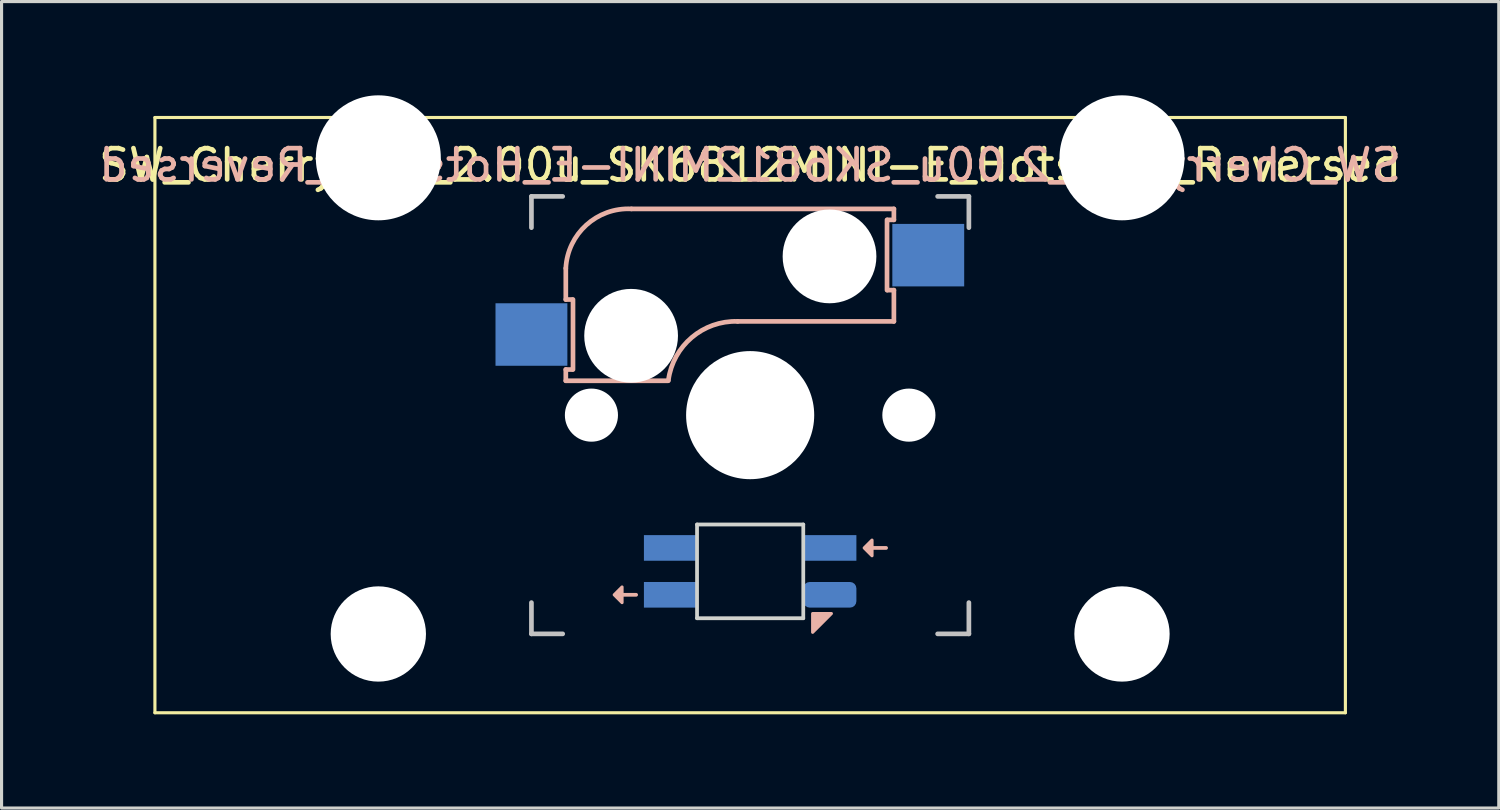
<source format=kicad_pcb>
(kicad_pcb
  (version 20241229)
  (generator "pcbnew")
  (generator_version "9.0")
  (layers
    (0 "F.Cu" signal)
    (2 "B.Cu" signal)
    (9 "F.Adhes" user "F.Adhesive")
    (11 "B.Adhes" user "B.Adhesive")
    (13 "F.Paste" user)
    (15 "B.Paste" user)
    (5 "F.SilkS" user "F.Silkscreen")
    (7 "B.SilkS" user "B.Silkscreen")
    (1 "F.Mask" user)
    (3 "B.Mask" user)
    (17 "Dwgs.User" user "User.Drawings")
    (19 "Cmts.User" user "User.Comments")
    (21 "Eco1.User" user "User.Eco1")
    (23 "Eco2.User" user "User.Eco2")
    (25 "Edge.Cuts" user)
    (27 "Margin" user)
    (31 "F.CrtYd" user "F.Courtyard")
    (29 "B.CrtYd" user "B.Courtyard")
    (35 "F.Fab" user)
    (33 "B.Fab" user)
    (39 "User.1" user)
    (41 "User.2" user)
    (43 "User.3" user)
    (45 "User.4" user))
  (footprint "SW_Cherry_MX_2.00u_SK6812MINI-E_Hotswap_Reversed"
    (layer "F.Cu")
    (at 1.908 0.711)
    (property "Reference" "SW_Cherry_MX_2.00u_SK6812MINI-E_Hotswap_Reversed" (at 19.05 1.525 0) (unlocked yes) (layer "F.SilkS") (effects (font (size 1 1) (thickness 0.15))))
    (attr smd)
    (fp_line (start 0 0) (end 38.1 0) (stroke (width 0.1) (type solid)) (layer "F.SilkS"))
    (fp_line (start 0 19.05) (end 0 0) (stroke (width 0.1) (type solid)) (layer "F.SilkS"))
    (fp_line (start 38.1 0) (end 38.1 19.05) (stroke (width 0.1) (type solid)) (layer "F.SilkS"))
    (fp_line (start 38.1 19.05) (end 0 19.05) (stroke (width 0.1) (type solid)) (layer "F.SilkS"))
    (fp_line (start 13.15 4.825) (end 13.15 5.825) (stroke (width 0.15) (type solid)) (layer "B.SilkS"))
    (fp_line (start 13.15 5.825) (end 13.35 5.825) (stroke (width 0.15) (type solid)) (layer "B.SilkS"))
    (fp_line (start 13.15 8.425) (end 13.15 8.065) (stroke (width 0.15) (type solid)) (layer "B.SilkS"))
    (fp_line (start 13.15 8.425) (end 16.43 8.425) (stroke (width 0.15) (type solid)) (layer "B.SilkS"))
    (fp_line (start 13.35 8.065) (end 13.15 8.065) (stroke (width 0.15) (type solid)) (layer "B.SilkS"))
    (fp_line (start 13.38 5.825) (end 13.38 8.065) (stroke (width 0.15) (type solid)) (layer "B.SilkS"))
    (fp_line (start 14.95 15.275) (end 15.4 15.275) (stroke (width 0.12) (type solid)) (layer "B.SilkS"))
    (fp_line (start 18.65 6.525) (end 23.65 6.525) (stroke (width 0.15) (type solid)) (layer "B.SilkS"))
    (fp_line (start 22.95 13.775) (end 23.4 13.775) (stroke (width 0.12) (type solid)) (layer "B.SilkS"))
    (fp_line (start 23.43 5.525) (end 23.43 3.275) (stroke (width 0.15) (type solid)) (layer "B.SilkS"))
    (fp_line (start 23.45 3.275) (end 23.65 3.275) (stroke (width 0.15) (type solid)) (layer "B.SilkS"))
    (fp_line (start 23.65 2.925) (end 15.25 2.925) (stroke (width 0.15) (type solid)) (layer "B.SilkS"))
    (fp_line (start 23.65 3.275) (end 23.65 2.925) (stroke (width 0.15) (type solid)) (layer "B.SilkS"))
    (fp_line (start 23.65 5.525) (end 23.45 5.525) (stroke (width 0.15) (type solid)) (layer "B.SilkS"))
    (fp_line (start 23.65 6.525) (end 23.65 5.525) (stroke (width 0.15) (type solid)) (layer "B.SilkS"))
    (fp_arc (start 13.15 4.825001) (mid 13.806496 3.440076) (end 15.249999 2.925) (stroke (width 0.15) (type solid)) (layer "B.SilkS"))
    (fp_arc (start 16.433682 8.403529) (mid 17.181291 7.038882) (end 18.65 6.525) (stroke (width 0.15) (type solid)) (layer "B.SilkS"))
    (fp_poly (pts (xy 14.95 15.025) (xy 14.7 15.275) (xy 14.95 15.525)) (stroke (width 0.1) (type solid)) (fill yes) (layer "B.SilkS"))
    (fp_poly (pts (xy 21.05 16.475) (xy 21.05 15.875) (xy 21.65 15.875)) (stroke (width 0.1) (type solid)) (fill yes) (layer "B.SilkS"))
    (fp_poly (pts (xy 22.95 13.525) (xy 22.7 13.775) (xy 22.95 14.025)) (stroke (width 0.1) (type solid)) (fill yes) (layer "B.SilkS"))
    (fp_line (start 12.05 2.525) (end 13.05 2.525) (stroke (width 0.15) (type solid)) (layer "Dwgs.User"))
    (fp_line (start 12.05 3.525) (end 12.05 2.525) (stroke (width 0.15) (type solid)) (layer "Dwgs.User"))
    (fp_line (start 12.05 15.525) (end 12.05 16.525) (stroke (width 0.15) (type solid)) (layer "Dwgs.User"))
    (fp_line (start 12.05 16.525) (end 13.05 16.525) (stroke (width 0.15) (type solid)) (layer "Dwgs.User"))
    (fp_line (start 25.05 16.525) (end 26.05 16.525) (stroke (width 0.15) (type solid)) (layer "Dwgs.User"))
    (fp_line (start 26.05 2.525) (end 25.05 2.525) (stroke (width 0.15) (type solid)) (layer "Dwgs.User"))
    (fp_line (start 26.05 2.525) (end 26.05 3.525) (stroke (width 0.15) (type solid)) (layer "Dwgs.User"))
    (fp_line (start 26.05 16.525) (end 26.05 15.525) (stroke (width 0.15) (type solid)) (layer "Dwgs.User"))
    (fp_line (start 3.55 0.475) (end 3.55 15.575) (stroke (width 0.05) (type solid)) (layer "Eco1.User"))
    (fp_line (start 10.55 0.475) (end 3.55 0.475) (stroke (width 0.05) (type solid)) (layer "Eco1.User"))
    (fp_line (start 10.55 0.475) (end 10.55 2.475) (stroke (width 0.05) (type solid)) (layer "Eco1.User"))
    (fp_line (start 12 15.575) (end 3.55 15.575) (stroke (width 0.05) (type solid)) (layer "Eco1.User"))
    (fp_line (start 12 16.575) (end 12 15.575) (stroke (width 0.05) (type solid)) (layer "Eco1.User"))
    (fp_line (start 19.05 2.475) (end 10.55 2.475) (stroke (width 0.05) (type default)) (layer "Eco1.User"))
    (fp_line (start 19.05 2.475) (end 27.55 2.475) (stroke (width 0.05) (type solid)) (layer "Eco1.User"))
    (fp_line (start 26.1 16.575) (end 12 16.575) (stroke (width 0.05) (type solid)) (layer "Eco1.User"))
    (fp_line (start 26.1 16.575) (end 26.1 15.575) (stroke (width 0.05) (type solid)) (layer "Eco1.User"))
    (fp_line (start 27.55 0.475) (end 34.55 0.475) (stroke (width 0.05) (type solid)) (layer "Eco1.User"))
    (fp_line (start 27.55 2.475) (end 27.55 0.475) (stroke (width 0.05) (type solid)) (layer "Eco1.User"))
    (fp_line (start 34.55 0.475) (end 34.55 15.575) (stroke (width 0.05) (type solid)) (layer "Eco1.User"))
    (fp_line (start 34.55 15.575) (end 26.1 15.575) (stroke (width 0.05) (type solid)) (layer "Eco1.User"))
    (fp_line (start 17.35 13.025) (end 20.75 13.025) (stroke (width 0.12) (type solid)) (layer "Edge.Cuts"))
    (fp_line (start 17.35 16.025) (end 17.35 13.025) (stroke (width 0.12) (type solid)) (layer "Edge.Cuts"))
    (fp_line (start 20.75 13.025) (end 20.75 16.025) (stroke (width 0.12) (type solid)) (layer "Edge.Cuts"))
    (fp_line (start 20.75 16.025) (end 17.35 16.025) (stroke (width 0.12) (type solid)) (layer "Edge.Cuts"))
    (fp_text user "${REFERENCE}" (at 19.05 1.525 0) (layer "B.SilkS") (effects (font (size 1 1) (thickness 0.15)) (justify mirror)))
    (pad "" np_thru_hole circle (at 7.15 1.29 180) (size 4 4) (drill 4) (layers "*.Cu" "*.Mask"))
    (pad "" np_thru_hole circle (at 7.15 16.529 180) (size 3.05 3.05) (drill 3.05) (layers "*.Cu" "*.Mask"))
    (pad "" np_thru_hole circle (at 13.97 9.525) (size 1.7 1.7) (drill 1.7) (layers "*.Cu" "*.Mask"))
    (pad "" np_thru_hole circle (at 15.24 6.985 180) (size 3 3) (drill 3) (layers "*.Cu" "*.Mask"))
    (pad "" np_thru_hole circle (at 19.05 9.525 90) (size 4.1 4.1) (drill 4.1) (layers "*.Cu" "*.Mask"))
    (pad "" np_thru_hole circle (at 21.59 4.445 180) (size 3 3) (drill 3) (layers "*.Cu" "*.Mask"))
    (pad "" np_thru_hole circle (at 24.13 9.525) (size 1.7 1.7) (drill 1.7) (layers "*.Cu" "*.Mask"))
    (pad "" np_thru_hole circle (at 30.95 1.29 180) (size 4 4) (drill 4) (layers "*.Cu" "*.Mask"))
    (pad "" np_thru_hole circle (at 30.95 16.529 180) (size 3.05 3.05) (drill 3.05) (layers "*.Cu" "*.Mask"))
    (pad "1" smd rect (at 12.05 6.945 180) (size 2.3 2) (layers "B.Cu" "B.Mask" "B.Paste"))
    (pad "2" smd rect (at 24.75 4.405 180) (size 2.3 2) (layers "B.Cu" "B.Mask" "B.Paste"))
    (pad "3" smd rect (at 16.5 13.775) (size 1.7 0.82) (layers "B.Cu" "B.Mask" "B.Paste"))
    (pad "4" smd rect (at 16.5 15.275) (size 1.7 0.82) (layers "B.Cu" "B.Mask" "B.Paste"))
    (pad "5" smd roundrect (at 21.6 15.275) (size 1.7 0.82) (layers "B.Cu" "B.Mask" "B.Paste") (roundrect_rratio 0.25))
    (pad "6" smd rect (at 21.6 13.775) (size 1.7 0.82) (layers "B.Cu" "B.Mask" "B.Paste")))
  (gr_rect
    (start -3 -3)
    (end 44.917 22.811)
    (stroke (width 0.1) (type default))
    (fill no)
    (layer "Edge.Cuts")))
</source>
